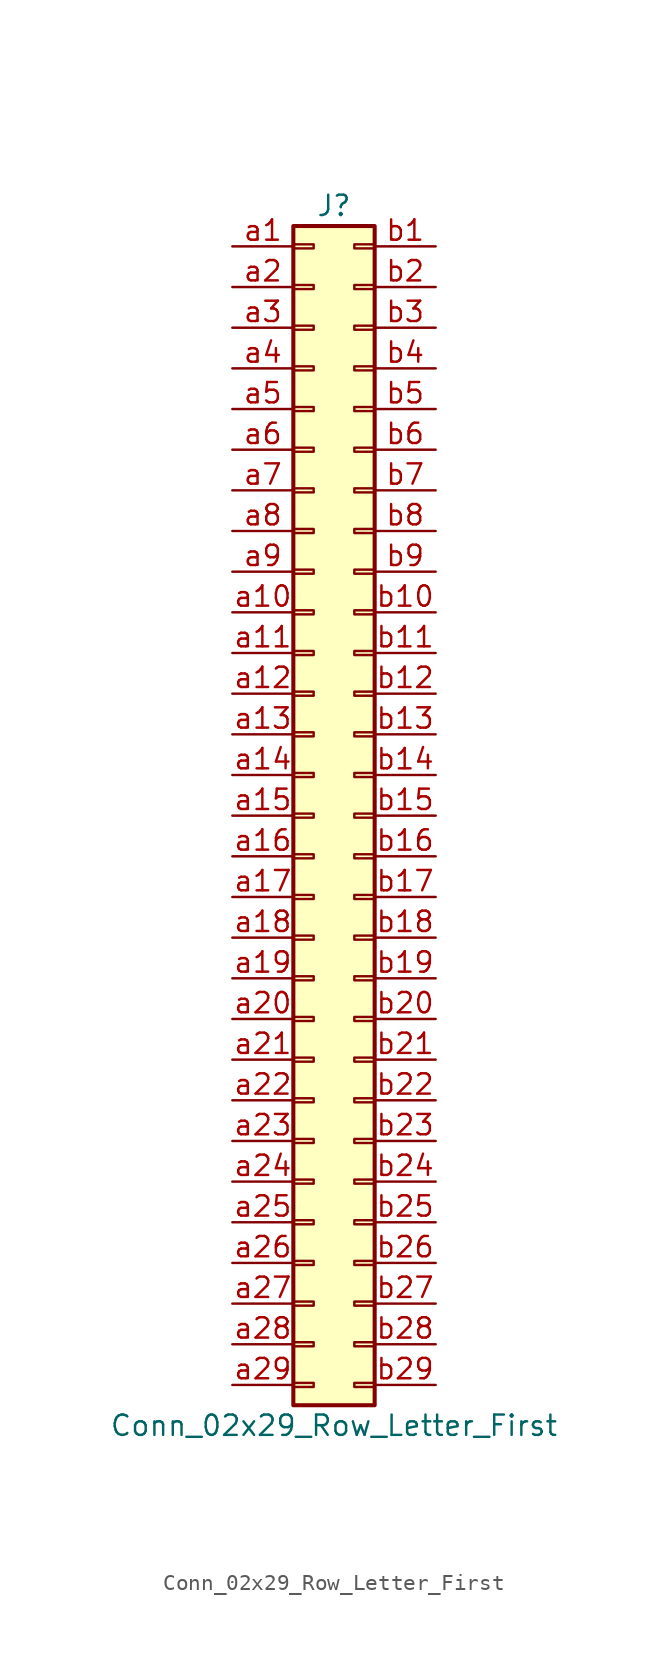
<source format=kicad_sym>
(kicad_symbol_lib
  (version 20201005)
  (generator kicad_symbol_editor)
  (symbol "Connector_Generic:Conn_02x29_Row_Letter_First"
    (pin_names
      (offset 1.016) hide)
    (property "Reference" "J"
      (at 1.27 38.1 0)
      (effects (font (size 1.27 1.27))))
    (property "Value" "Conn_02x29_Row_Letter_First"
      (at 1.27 -38.1 0)
      (effects (font (size 1.27 1.27))))
    (symbol "Conn_02x29_Row_Letter_First_1_1"
      (rectangle (start -1.27 -27.813) (end 0 -28.067) (stroke (width 0.152)) (fill (type none)))
      (rectangle (start -1.27 -30.353) (end 0 -30.607) (stroke (width 0.152)) (fill (type none)))
      (rectangle (start -1.27 -32.893) (end 0 -33.147) (stroke (width 0.152)) (fill (type none)))
      (rectangle (start -1.27 -35.433) (end 0 -35.687) (stroke (width 0.152)) (fill (type none)))
      (rectangle (start -1.27 -4.953) (end 0 -5.207) (stroke (width 0.152)) (fill (type none)))
      (rectangle (start -1.27 -7.493) (end 0 -7.747) (stroke (width 0.152)) (fill (type none)))
      (rectangle (start -1.27 -10.033) (end 0 -10.287) (stroke (width 0.152)) (fill (type none)))
      (rectangle (start -1.27 -12.573) (end 0 -12.827) (stroke (width 0.152)) (fill (type none)))
      (rectangle (start -1.27 -15.113) (end 0 -15.367) (stroke (width 0.152)) (fill (type none)))
      (rectangle (start -1.27 -17.653) (end 0 -17.907) (stroke (width 0.152)) (fill (type none)))
      (rectangle (start -1.27 -20.193) (end 0 -20.447) (stroke (width 0.152)) (fill (type none)))
      (rectangle (start -1.27 -22.733) (end 0 -22.987) (stroke (width 0.152)) (fill (type none)))
      (rectangle (start -1.27 -2.413) (end 0 -2.667) (stroke (width 0.152)) (fill (type none)))
      (rectangle (start -1.27 -25.273) (end 0 -25.527) (stroke (width 0.152)) (fill (type none)))
      (rectangle (start -1.27 25.527) (end 0 25.273) (stroke (width 0.152)) (fill (type none)))
      (rectangle (start -1.27 2.667) (end 0 2.413) (stroke (width 0.152)) (fill (type none)))
      (rectangle (start -1.27 28.067) (end 0 27.813) (stroke (width 0.152)) (fill (type none)))
      (rectangle (start -1.27 30.607) (end 0 30.353) (stroke (width 0.152)) (fill (type none)))
      (rectangle (start -1.27 33.147) (end 0 32.893) (stroke (width 0.152)) (fill (type none)))
      (rectangle (start -1.27 35.687) (end 0 35.433) (stroke (width 0.152)) (fill (type none)))
      (rectangle (start -1.27 36.83) (end 3.81 -36.83) (stroke (width 0.254)) (fill (type background)))
      (rectangle (start -1.27 5.207) (end 0 4.953) (stroke (width 0.152)) (fill (type none)))
      (rectangle (start -1.27 7.747) (end 0 7.493) (stroke (width 0.152)) (fill (type none)))
      (rectangle (start -1.27 10.287) (end 0 10.033) (stroke (width 0.152)) (fill (type none)))
      (rectangle (start -1.27 0.127) (end 0 -0.127) (stroke (width 0.152)) (fill (type none)))
      (rectangle (start -1.27 12.827) (end 0 12.573) (stroke (width 0.152)) (fill (type none)))
      (rectangle (start -1.27 15.367) (end 0 15.113) (stroke (width 0.152)) (fill (type none)))
      (rectangle (start -1.27 17.907) (end 0 17.653) (stroke (width 0.152)) (fill (type none)))
      (rectangle (start -1.27 20.447) (end 0 20.193) (stroke (width 0.152)) (fill (type none)))
      (rectangle (start -1.27 22.987) (end 0 22.733) (stroke (width 0.152)) (fill (type none)))
      (rectangle (start 3.81 -27.813) (end 2.54 -28.067) (stroke (width 0.152)) (fill (type none)))
      (rectangle (start 3.81 -30.353) (end 2.54 -30.607) (stroke (width 0.152)) (fill (type none)))
      (rectangle (start 3.81 -32.893) (end 2.54 -33.147) (stroke (width 0.152)) (fill (type none)))
      (rectangle (start 3.81 -35.433) (end 2.54 -35.687) (stroke (width 0.152)) (fill (type none)))
      (rectangle (start 3.81 -4.953) (end 2.54 -5.207) (stroke (width 0.152)) (fill (type none)))
      (rectangle (start 3.81 -7.493) (end 2.54 -7.747) (stroke (width 0.152)) (fill (type none)))
      (rectangle (start 3.81 -10.033) (end 2.54 -10.287) (stroke (width 0.152)) (fill (type none)))
      (rectangle (start 3.81 -12.573) (end 2.54 -12.827) (stroke (width 0.152)) (fill (type none)))
      (rectangle (start 3.81 -15.113) (end 2.54 -15.367) (stroke (width 0.152)) (fill (type none)))
      (rectangle (start 3.81 -17.653) (end 2.54 -17.907) (stroke (width 0.152)) (fill (type none)))
      (rectangle (start 3.81 -20.193) (end 2.54 -20.447) (stroke (width 0.152)) (fill (type none)))
      (rectangle (start 3.81 -22.733) (end 2.54 -22.987) (stroke (width 0.152)) (fill (type none)))
      (rectangle (start 3.81 -2.413) (end 2.54 -2.667) (stroke (width 0.152)) (fill (type none)))
      (rectangle (start 3.81 -25.273) (end 2.54 -25.527) (stroke (width 0.152)) (fill (type none)))
      (rectangle (start 3.81 25.527) (end 2.54 25.273) (stroke (width 0.152)) (fill (type none)))
      (rectangle (start 3.81 2.667) (end 2.54 2.413) (stroke (width 0.152)) (fill (type none)))
      (rectangle (start 3.81 28.067) (end 2.54 27.813) (stroke (width 0.152)) (fill (type none)))
      (rectangle (start 3.81 30.607) (end 2.54 30.353) (stroke (width 0.152)) (fill (type none)))
      (rectangle (start 3.81 33.147) (end 2.54 32.893) (stroke (width 0.152)) (fill (type none)))
      (rectangle (start 3.81 35.687) (end 2.54 35.433) (stroke (width 0.152)) (fill (type none)))
      (rectangle (start 3.81 5.207) (end 2.54 4.953) (stroke (width 0.152)) (fill (type none)))
      (rectangle (start 3.81 7.747) (end 2.54 7.493) (stroke (width 0.152)) (fill (type none)))
      (rectangle (start 3.81 10.287) (end 2.54 10.033) (stroke (width 0.152)) (fill (type none)))
      (rectangle (start 3.81 0.127) (end 2.54 -0.127) (stroke (width 0.152)) (fill (type none)))
      (rectangle (start 3.81 12.827) (end 2.54 12.573) (stroke (width 0.152)) (fill (type none)))
      (rectangle (start 3.81 15.367) (end 2.54 15.113) (stroke (width 0.152)) (fill (type none)))
      (rectangle (start 3.81 17.907) (end 2.54 17.653) (stroke (width 0.152)) (fill (type none)))
      (rectangle (start 3.81 20.447) (end 2.54 20.193) (stroke (width 0.152)) (fill (type none)))
      (rectangle (start 3.81 22.987) (end 2.54 22.733) (stroke (width 0.152)) (fill (type none)))
      (pin passive line (at -5.08 35.56 0) (length 3.81) (name "Pin_a1" (effects (font (size 1.27 1.27)))) (number "a1" (effects (font (size 1.27 1.27)))))
      (pin passive line (at -5.08 12.7 0) (length 3.81) (name "Pin_a10" (effects (font (size 1.27 1.27)))) (number "a10" (effects (font (size 1.27 1.27)))))
      (pin passive line (at -5.08 10.16 0) (length 3.81) (name "Pin_a11" (effects (font (size 1.27 1.27)))) (number "a11" (effects (font (size 1.27 1.27)))))
      (pin passive line (at -5.08 7.62 0) (length 3.81) (name "Pin_a12" (effects (font (size 1.27 1.27)))) (number "a12" (effects (font (size 1.27 1.27)))))
      (pin passive line (at -5.08 5.08 0) (length 3.81) (name "Pin_a13" (effects (font (size 1.27 1.27)))) (number "a13" (effects (font (size 1.27 1.27)))))
      (pin passive line (at -5.08 2.54 0) (length 3.81) (name "Pin_a14" (effects (font (size 1.27 1.27)))) (number "a14" (effects (font (size 1.27 1.27)))))
      (pin passive line (at -5.08 0 0) (length 3.81) (name "Pin_a15" (effects (font (size 1.27 1.27)))) (number "a15" (effects (font (size 1.27 1.27)))))
      (pin passive line (at -5.08 -2.54 0) (length 3.81) (name "Pin_a16" (effects (font (size 1.27 1.27)))) (number "a16" (effects (font (size 1.27 1.27)))))
      (pin passive line (at -5.08 -5.08 0) (length 3.81) (name "Pin_a17" (effects (font (size 1.27 1.27)))) (number "a17" (effects (font (size 1.27 1.27)))))
      (pin passive line (at -5.08 -7.62 0) (length 3.81) (name "Pin_a18" (effects (font (size 1.27 1.27)))) (number "a18" (effects (font (size 1.27 1.27)))))
      (pin passive line (at -5.08 -10.16 0) (length 3.81) (name "Pin_a19" (effects (font (size 1.27 1.27)))) (number "a19" (effects (font (size 1.27 1.27)))))
      (pin passive line (at -5.08 33.02 0) (length 3.81) (name "Pin_a2" (effects (font (size 1.27 1.27)))) (number "a2" (effects (font (size 1.27 1.27)))))
      (pin passive line (at -5.08 -12.7 0) (length 3.81) (name "Pin_a20" (effects (font (size 1.27 1.27)))) (number "a20" (effects (font (size 1.27 1.27)))))
      (pin passive line (at -5.08 -15.24 0) (length 3.81) (name "Pin_a21" (effects (font (size 1.27 1.27)))) (number "a21" (effects (font (size 1.27 1.27)))))
      (pin passive line (at -5.08 -17.78 0) (length 3.81) (name "Pin_a22" (effects (font (size 1.27 1.27)))) (number "a22" (effects (font (size 1.27 1.27)))))
      (pin passive line (at -5.08 -20.32 0) (length 3.81) (name "Pin_a23" (effects (font (size 1.27 1.27)))) (number "a23" (effects (font (size 1.27 1.27)))))
      (pin passive line (at -5.08 -22.86 0) (length 3.81) (name "Pin_a24" (effects (font (size 1.27 1.27)))) (number "a24" (effects (font (size 1.27 1.27)))))
      (pin passive line (at -5.08 -25.4 0) (length 3.81) (name "Pin_a25" (effects (font (size 1.27 1.27)))) (number "a25" (effects (font (size 1.27 1.27)))))
      (pin passive line (at -5.08 -27.94 0) (length 3.81) (name "Pin_a26" (effects (font (size 1.27 1.27)))) (number "a26" (effects (font (size 1.27 1.27)))))
      (pin passive line (at -5.08 -30.48 0) (length 3.81) (name "Pin_a27" (effects (font (size 1.27 1.27)))) (number "a27" (effects (font (size 1.27 1.27)))))
      (pin passive line (at -5.08 -33.02 0) (length 3.81) (name "Pin_a28" (effects (font (size 1.27 1.27)))) (number "a28" (effects (font (size 1.27 1.27)))))
      (pin passive line (at -5.08 -35.56 0) (length 3.81) (name "Pin_a29" (effects (font (size 1.27 1.27)))) (number "a29" (effects (font (size 1.27 1.27)))))
      (pin passive line (at -5.08 30.48 0) (length 3.81) (name "Pin_a3" (effects (font (size 1.27 1.27)))) (number "a3" (effects (font (size 1.27 1.27)))))
      (pin passive line (at -5.08 27.94 0) (length 3.81) (name "Pin_a4" (effects (font (size 1.27 1.27)))) (number "a4" (effects (font (size 1.27 1.27)))))
      (pin passive line (at -5.08 25.4 0) (length 3.81) (name "Pin_a5" (effects (font (size 1.27 1.27)))) (number "a5" (effects (font (size 1.27 1.27)))))
      (pin passive line (at -5.08 22.86 0) (length 3.81) (name "Pin_a6" (effects (font (size 1.27 1.27)))) (number "a6" (effects (font (size 1.27 1.27)))))
      (pin passive line (at -5.08 20.32 0) (length 3.81) (name "Pin_a7" (effects (font (size 1.27 1.27)))) (number "a7" (effects (font (size 1.27 1.27)))))
      (pin passive line (at -5.08 17.78 0) (length 3.81) (name "Pin_a8" (effects (font (size 1.27 1.27)))) (number "a8" (effects (font (size 1.27 1.27)))))
      (pin passive line (at -5.08 15.24 0) (length 3.81) (name "Pin_a9" (effects (font (size 1.27 1.27)))) (number "a9" (effects (font (size 1.27 1.27)))))
      (pin passive line (at 7.62 35.56 180) (length 3.81) (name "Pin_b1" (effects (font (size 1.27 1.27)))) (number "b1" (effects (font (size 1.27 1.27)))))
      (pin passive line (at 7.62 12.7 180) (length 3.81) (name "Pin_b10" (effects (font (size 1.27 1.27)))) (number "b10" (effects (font (size 1.27 1.27)))))
      (pin passive line (at 7.62 10.16 180) (length 3.81) (name "Pin_b11" (effects (font (size 1.27 1.27)))) (number "b11" (effects (font (size 1.27 1.27)))))
      (pin passive line (at 7.62 7.62 180) (length 3.81) (name "Pin_b12" (effects (font (size 1.27 1.27)))) (number "b12" (effects (font (size 1.27 1.27)))))
      (pin passive line (at 7.62 5.08 180) (length 3.81) (name "Pin_b13" (effects (font (size 1.27 1.27)))) (number "b13" (effects (font (size 1.27 1.27)))))
      (pin passive line (at 7.62 2.54 180) (length 3.81) (name "Pin_b14" (effects (font (size 1.27 1.27)))) (number "b14" (effects (font (size 1.27 1.27)))))
      (pin passive line (at 7.62 0 180) (length 3.81) (name "Pin_b15" (effects (font (size 1.27 1.27)))) (number "b15" (effects (font (size 1.27 1.27)))))
      (pin passive line (at 7.62 -2.54 180) (length 3.81) (name "Pin_b16" (effects (font (size 1.27 1.27)))) (number "b16" (effects (font (size 1.27 1.27)))))
      (pin passive line (at 7.62 -5.08 180) (length 3.81) (name "Pin_b17" (effects (font (size 1.27 1.27)))) (number "b17" (effects (font (size 1.27 1.27)))))
      (pin passive line (at 7.62 -7.62 180) (length 3.81) (name "Pin_b18" (effects (font (size 1.27 1.27)))) (number "b18" (effects (font (size 1.27 1.27)))))
      (pin passive line (at 7.62 -10.16 180) (length 3.81) (name "Pin_b19" (effects (font (size 1.27 1.27)))) (number "b19" (effects (font (size 1.27 1.27)))))
      (pin passive line (at 7.62 33.02 180) (length 3.81) (name "Pin_b2" (effects (font (size 1.27 1.27)))) (number "b2" (effects (font (size 1.27 1.27)))))
      (pin passive line (at 7.62 -12.7 180) (length 3.81) (name "Pin_b20" (effects (font (size 1.27 1.27)))) (number "b20" (effects (font (size 1.27 1.27)))))
      (pin passive line (at 7.62 -15.24 180) (length 3.81) (name "Pin_b21" (effects (font (size 1.27 1.27)))) (number "b21" (effects (font (size 1.27 1.27)))))
      (pin passive line (at 7.62 -17.78 180) (length 3.81) (name "Pin_b22" (effects (font (size 1.27 1.27)))) (number "b22" (effects (font (size 1.27 1.27)))))
      (pin passive line (at 7.62 -20.32 180) (length 3.81) (name "Pin_b23" (effects (font (size 1.27 1.27)))) (number "b23" (effects (font (size 1.27 1.27)))))
      (pin passive line (at 7.62 -22.86 180) (length 3.81) (name "Pin_b24" (effects (font (size 1.27 1.27)))) (number "b24" (effects (font (size 1.27 1.27)))))
      (pin passive line (at 7.62 -25.4 180) (length 3.81) (name "Pin_b25" (effects (font (size 1.27 1.27)))) (number "b25" (effects (font (size 1.27 1.27)))))
      (pin passive line (at 7.62 -27.94 180) (length 3.81) (name "Pin_b26" (effects (font (size 1.27 1.27)))) (number "b26" (effects (font (size 1.27 1.27)))))
      (pin passive line (at 7.62 -30.48 180) (length 3.81) (name "Pin_b27" (effects (font (size 1.27 1.27)))) (number "b27" (effects (font (size 1.27 1.27)))))
      (pin passive line (at 7.62 -33.02 180) (length 3.81) (name "Pin_b28" (effects (font (size 1.27 1.27)))) (number "b28" (effects (font (size 1.27 1.27)))))
      (pin passive line (at 7.62 -35.56 180) (length 3.81) (name "Pin_b29" (effects (font (size 1.27 1.27)))) (number "b29" (effects (font (size 1.27 1.27)))))
      (pin passive line (at 7.62 30.48 180) (length 3.81) (name "Pin_b3" (effects (font (size 1.27 1.27)))) (number "b3" (effects (font (size 1.27 1.27)))))
      (pin passive line (at 7.62 27.94 180) (length 3.81) (name "Pin_b4" (effects (font (size 1.27 1.27)))) (number "b4" (effects (font (size 1.27 1.27)))))
      (pin passive line (at 7.62 25.4 180) (length 3.81) (name "Pin_b5" (effects (font (size 1.27 1.27)))) (number "b5" (effects (font (size 1.27 1.27)))))
      (pin passive line (at 7.62 22.86 180) (length 3.81) (name "Pin_b6" (effects (font (size 1.27 1.27)))) (number "b6" (effects (font (size 1.27 1.27)))))
      (pin passive line (at 7.62 20.32 180) (length 3.81) (name "Pin_b7" (effects (font (size 1.27 1.27)))) (number "b7" (effects (font (size 1.27 1.27)))))
      (pin passive line (at 7.62 17.78 180) (length 3.81) (name "Pin_b8" (effects (font (size 1.27 1.27)))) (number "b8" (effects (font (size 1.27 1.27)))))
      (pin passive line (at 7.62 15.24 180) (length 3.81) (name "Pin_b9" (effects (font (size 1.27 1.27)))) (number "b9" (effects (font (size 1.27 1.27))))))))
</source>
